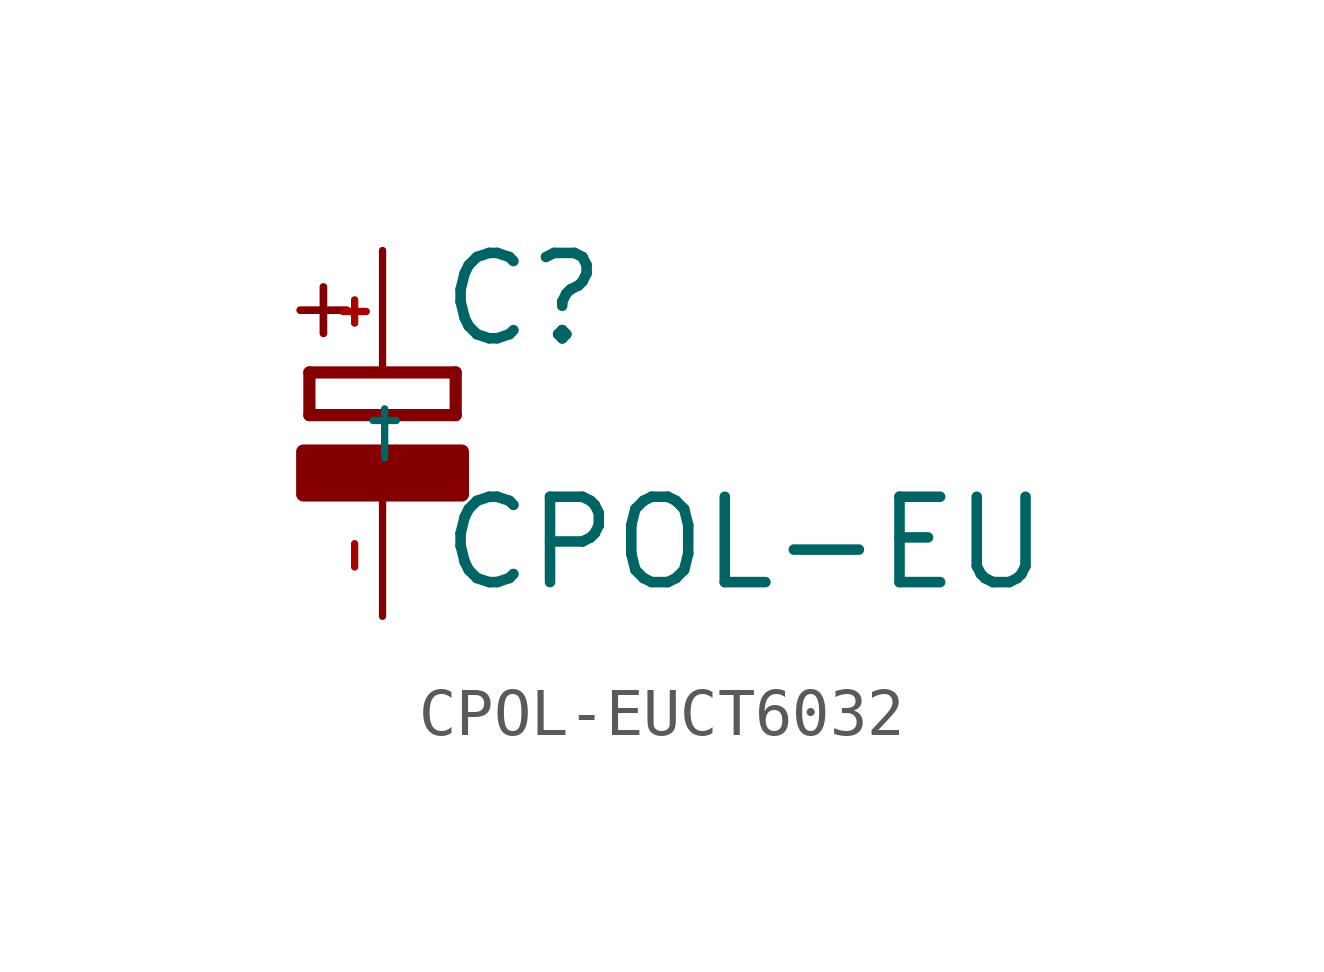
<source format=kicad_sym>
(kicad_symbol_lib
  (version 20220914)
  (generator Eagle2Kicad)
  (symbol "CPOL-EUCT6032"
    (property "Reference" "C"
      (at 1.143 0.483 0)
      (effects (font (size 1.778 1.778) (thickness 0.22)) (justify left bottom)))
    (property "Value" "CPOL-EU"
      (at 1.143 -4.597 0)
      (effects (font (size 1.778 1.778) (thickness 0.22)) (justify left bottom)))
    (polyline
      (pts (xy -1.524 -0.889) (xy 1.524 -0.889))
      (stroke (width 0.254) (type default))
      (fill (type none)))
    (polyline
      (pts (xy 1.524 -0.889) (xy 1.524 0))
      (stroke (width 0.254) (type default))
      (fill (type none)))
    (polyline
      (pts (xy -1.524 0) (xy -1.524 -0.889))
      (stroke (width 0.254) (type default))
      (fill (type none)))
    (polyline
      (pts (xy -1.524 0) (xy 1.524 0))
      (stroke (width 0.254) (type default))
      (fill (type none)))
    (text "+"
      (at -0.584 0.406 900)
      (effects (font (size 1.27 1.27) (thickness 0.16)) (justify left bottom)))
    (rectangle
      (start -1.651 -2.54)
      (end 1.651 -1.651)
      (stroke (width 0.3) (type default))
      (fill (type outline)))
    (pin passive line
      (at 0 -5.08 90)
      (length 2.54)
      (name "-" (effects (font (size 0.635 0.635) (thickness 0.08)) (justify left bottom)))
      (number "-" (effects (font (size 0.635 0.635) (thickness 0.08)) (justify left bottom))))
    (pin passive line
      (at 0 2.54 270)
      (length 2.54)
      (name "+" (effects (font (size 0.635 0.635) (thickness 0.08)) (justify left bottom)))
      (number "+" (effects (font (size 0.635 0.635) (thickness 0.08)) (justify left bottom))))))
</source>
